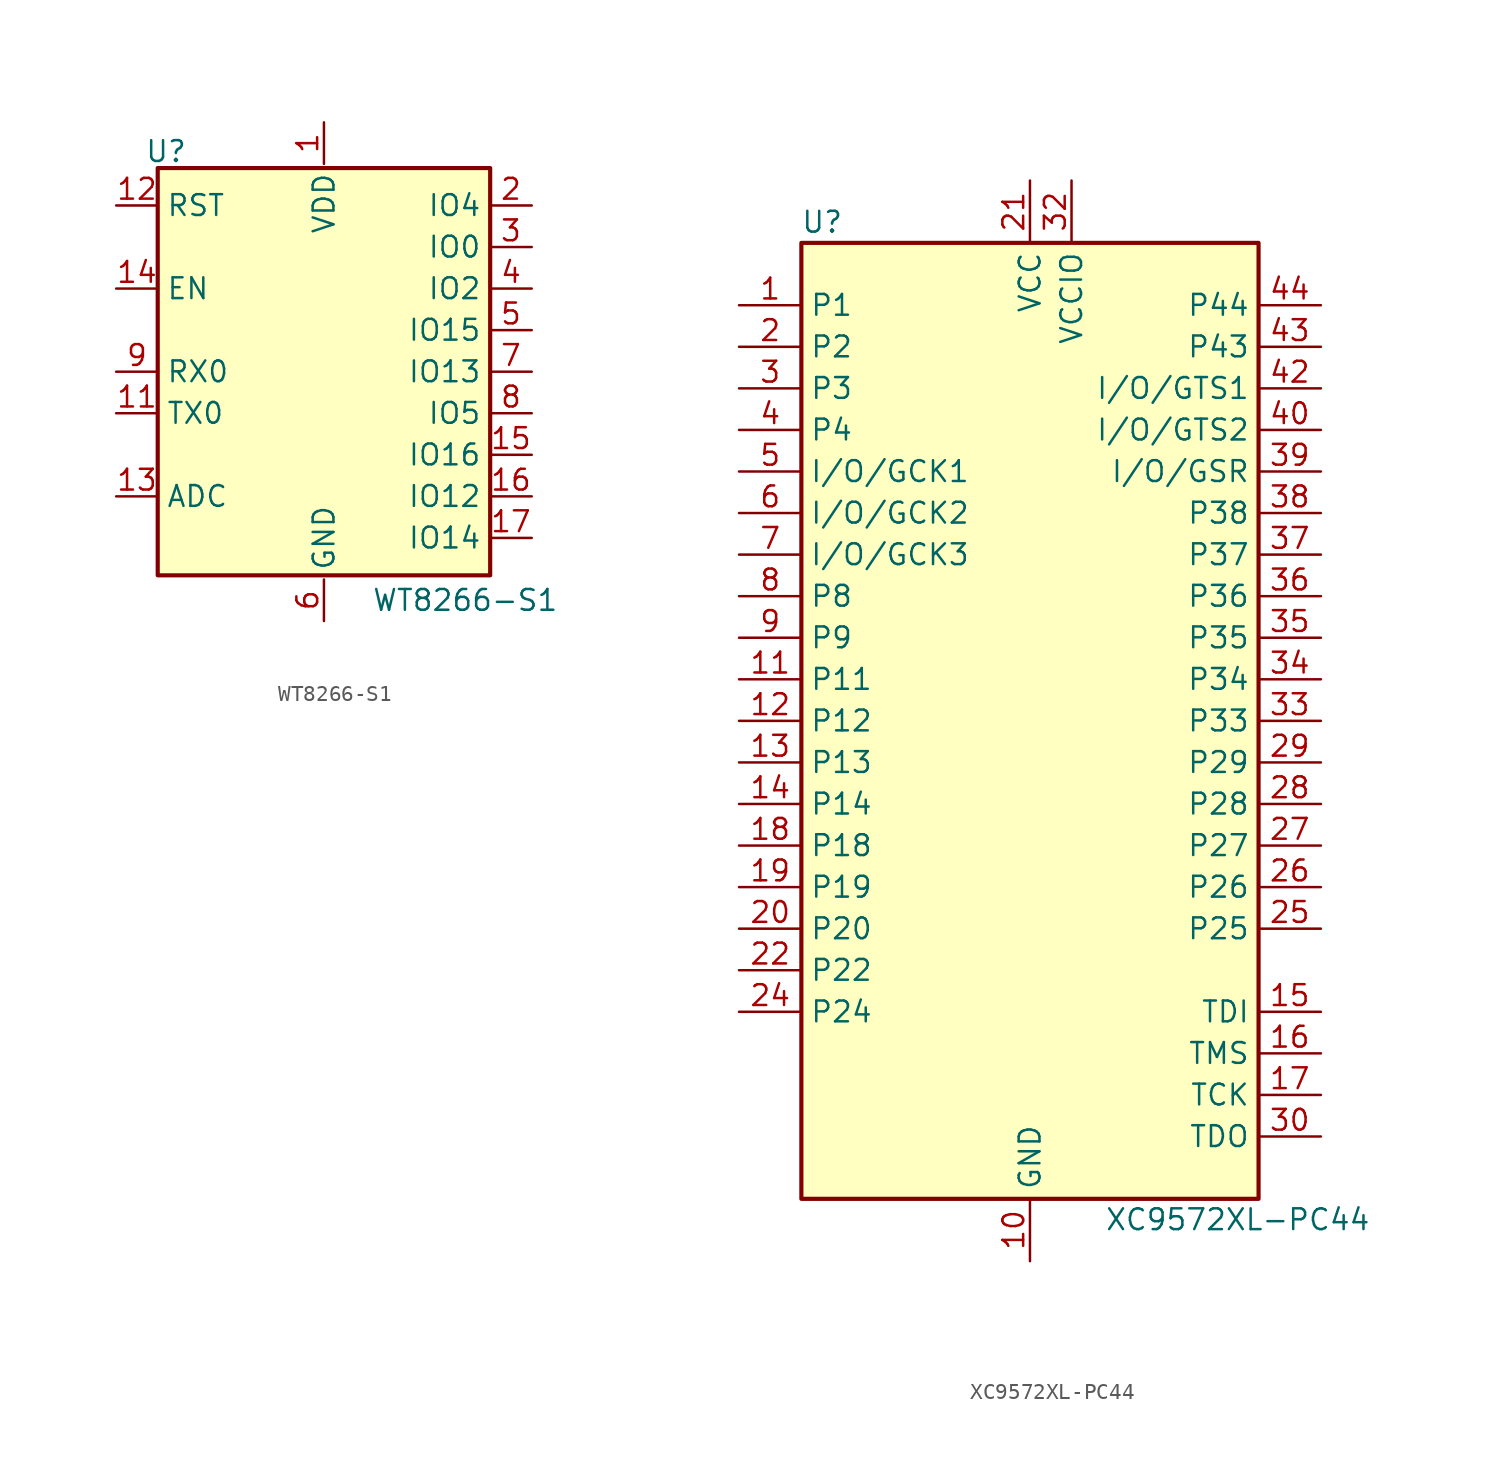
<source format=kicad_sym>
(kicad_symbol_lib
  (version 20231120)
  (generator "kicad_symbol_editor")
  (generator_version "8.0")
  (symbol "WT8266-S1"
    (property "Reference" "U"
      (at -9.652 13.462 0)
      (effects (font (size 1.27 1.27))))
    (property "Value" "WT8266-S1"
      (at 8.636 -13.97 0)
      (effects (font (size 1.27 1.27))))
    (symbol "WT8266-S1_1_1"
      (rectangle (start -10.16 12.446) (end 10.16 -12.446) (stroke (width 0.254) (type default)) (fill (type background)))
      (pin power_in line (at 0 15.24 270) (length 2.54) (name "VDD" (effects (font (size 1.27 1.27)))) (number "1" (effects (font (size 1.27 1.27)))))
      (pin passive line (at 0 -15.24 90) (length 2.54) hide (name "GND" (effects (font (size 1.27 1.27)))) (number "10" (effects (font (size 1.27 1.27)))))
      (pin output line (at -12.7 -2.54 0) (length 2.54) (name "TX0" (effects (font (size 1.27 1.27)))) (number "11" (effects (font (size 1.27 1.27)))) (alternate "IO1" bidirectional line))
      (pin input line (at -12.7 10.16 0) (length 2.54) (name "RST" (effects (font (size 1.27 1.27)))) (number "12" (effects (font (size 1.27 1.27)))))
      (pin input line (at -12.7 -7.62 0) (length 2.54) (name "ADC" (effects (font (size 1.27 1.27)))) (number "13" (effects (font (size 1.27 1.27)))))
      (pin input line (at -12.7 5.08 0) (length 2.54) (name "EN" (effects (font (size 1.27 1.27)))) (number "14" (effects (font (size 1.27 1.27)))))
      (pin bidirectional line (at 12.7 -5.08 180) (length 2.54) (name "IO16" (effects (font (size 1.27 1.27)))) (number "15" (effects (font (size 1.27 1.27)))))
      (pin bidirectional line (at 12.7 -7.62 180) (length 2.54) (name "IO12" (effects (font (size 1.27 1.27)))) (number "16" (effects (font (size 1.27 1.27)))) (alternate "HSPI_MISO" input line))
      (pin bidirectional line (at 12.7 -10.16 180) (length 2.54) (name "IO14" (effects (font (size 1.27 1.27)))) (number "17" (effects (font (size 1.27 1.27)))) (alternate "HSPI_CLK" output line))
      (pin passive line (at 0 -15.24 90) (length 2.54) hide (name "GND" (effects (font (size 1.27 1.27)))) (number "18" (effects (font (size 1.27 1.27)))))
      (pin passive line (at 0 -15.24 90) (length 2.54) hide (name "GND" (effects (font (size 1.27 1.27)))) (number "19" (effects (font (size 1.27 1.27)))))
      (pin bidirectional line (at 12.7 10.16 180) (length 2.54) (name "IO4" (effects (font (size 1.27 1.27)))) (number "2" (effects (font (size 1.27 1.27)))))
      (pin bidirectional line (at 12.7 7.62 180) (length 2.54) (name "IO0" (effects (font (size 1.27 1.27)))) (number "3" (effects (font (size 1.27 1.27)))))
      (pin bidirectional line (at 12.7 5.08 180) (length 2.54) (name "IO2" (effects (font (size 1.27 1.27)))) (number "4" (effects (font (size 1.27 1.27)))) (alternate "UART1_TXD" output line))
      (pin bidirectional line (at 12.7 2.54 180) (length 2.54) (name "IO15" (effects (font (size 1.27 1.27)))) (number "5" (effects (font (size 1.27 1.27)))) (alternate "HSPICS" bidirectional line) (alternate "MIDO" output line) (alternate "UART0_RTS" output line))
      (pin power_in line (at 0 -15.24 90) (length 2.54) (name "GND" (effects (font (size 1.27 1.27)))) (number "6" (effects (font (size 1.27 1.27)))))
      (pin bidirectional line (at 12.7 0 180) (length 2.54) (name "IO13" (effects (font (size 1.27 1.27)))) (number "7" (effects (font (size 1.27 1.27)))) (alternate "HSPI_MOSI" output line) (alternate "UART0_CTS" input line))
      (pin bidirectional line (at 12.7 -2.54 180) (length 2.54) (name "IO5" (effects (font (size 1.27 1.27)))) (number "8" (effects (font (size 1.27 1.27)))))
      (pin input line (at -12.7 0 0) (length 2.54) (name "RX0" (effects (font (size 1.27 1.27)))) (number "9" (effects (font (size 1.27 1.27)))) (alternate "IO3" bidirectional line))))
  (symbol "XC9572XL-PC44"
    (property "Reference" "U"
      (at -12.7 30.48 0)
      (effects (font (size 1.27 1.27))))
    (property "Value" "XC9572XL-PC44"
      (at 12.7 -30.48 0)
      (effects (font (size 1.27 1.27))))
    (symbol "XC9572XL-PC44_1_1"
      (rectangle (start -13.97 29.21) (end 13.97 -29.21) (stroke (width 0.254) (type default)) (fill (type background)))
      (pin bidirectional line (at -17.78 25.4 0) (length 3.81) (name "P1" (effects (font (size 1.27 1.27)))) (number "1" (effects (font (size 1.27 1.27)))))
      (pin power_in line (at 0 -33.02 90) (length 3.81) (name "GND" (effects (font (size 1.27 1.27)))) (number "10" (effects (font (size 1.27 1.27)))))
      (pin bidirectional line (at -17.78 2.54 0) (length 3.81) (name "P11" (effects (font (size 1.27 1.27)))) (number "11" (effects (font (size 1.27 1.27)))))
      (pin bidirectional line (at -17.78 0 0) (length 3.81) (name "P12" (effects (font (size 1.27 1.27)))) (number "12" (effects (font (size 1.27 1.27)))))
      (pin bidirectional line (at -17.78 -2.54 0) (length 3.81) (name "P13" (effects (font (size 1.27 1.27)))) (number "13" (effects (font (size 1.27 1.27)))))
      (pin bidirectional line (at -17.78 -5.08 0) (length 3.81) (name "P14" (effects (font (size 1.27 1.27)))) (number "14" (effects (font (size 1.27 1.27)))))
      (pin input line (at 17.78 -17.78 180) (length 3.81) (name "TDI" (effects (font (size 1.27 1.27)))) (number "15" (effects (font (size 1.27 1.27)))))
      (pin input line (at 17.78 -20.32 180) (length 3.81) (name "TMS" (effects (font (size 1.27 1.27)))) (number "16" (effects (font (size 1.27 1.27)))))
      (pin input line (at 17.78 -22.86 180) (length 3.81) (name "TCK" (effects (font (size 1.27 1.27)))) (number "17" (effects (font (size 1.27 1.27)))))
      (pin bidirectional line (at -17.78 -7.62 0) (length 3.81) (name "P18" (effects (font (size 1.27 1.27)))) (number "18" (effects (font (size 1.27 1.27)))))
      (pin bidirectional line (at -17.78 -10.16 0) (length 3.81) (name "P19" (effects (font (size 1.27 1.27)))) (number "19" (effects (font (size 1.27 1.27)))))
      (pin bidirectional line (at -17.78 22.86 0) (length 3.81) (name "P2" (effects (font (size 1.27 1.27)))) (number "2" (effects (font (size 1.27 1.27)))))
      (pin bidirectional line (at -17.78 -12.7 0) (length 3.81) (name "P20" (effects (font (size 1.27 1.27)))) (number "20" (effects (font (size 1.27 1.27)))))
      (pin power_in line (at 0 33.02 270) (length 3.81) (name "VCC" (effects (font (size 1.27 1.27)))) (number "21" (effects (font (size 1.27 1.27)))))
      (pin bidirectional line (at -17.78 -15.24 0) (length 3.81) (name "P22" (effects (font (size 1.27 1.27)))) (number "22" (effects (font (size 1.27 1.27)))))
      (pin passive line (at 0 -33.02 90) (length 3.81) hide (name "GND" (effects (font (size 1.27 1.27)))) (number "23" (effects (font (size 1.27 1.27)))))
      (pin bidirectional line (at -17.78 -17.78 0) (length 3.81) (name "P24" (effects (font (size 1.27 1.27)))) (number "24" (effects (font (size 1.27 1.27)))))
      (pin bidirectional line (at 17.78 -12.7 180) (length 3.81) (name "P25" (effects (font (size 1.27 1.27)))) (number "25" (effects (font (size 1.27 1.27)))))
      (pin bidirectional line (at 17.78 -10.16 180) (length 3.81) (name "P26" (effects (font (size 1.27 1.27)))) (number "26" (effects (font (size 1.27 1.27)))))
      (pin bidirectional line (at 17.78 -7.62 180) (length 3.81) (name "P27" (effects (font (size 1.27 1.27)))) (number "27" (effects (font (size 1.27 1.27)))))
      (pin bidirectional line (at 17.78 -5.08 180) (length 3.81) (name "P28" (effects (font (size 1.27 1.27)))) (number "28" (effects (font (size 1.27 1.27)))))
      (pin bidirectional line (at 17.78 -2.54 180) (length 3.81) (name "P29" (effects (font (size 1.27 1.27)))) (number "29" (effects (font (size 1.27 1.27)))))
      (pin bidirectional line (at -17.78 20.32 0) (length 3.81) (name "P3" (effects (font (size 1.27 1.27)))) (number "3" (effects (font (size 1.27 1.27)))))
      (pin output line (at 17.78 -25.4 180) (length 3.81) (name "TDO" (effects (font (size 1.27 1.27)))) (number "30" (effects (font (size 1.27 1.27)))))
      (pin passive line (at 0 -33.02 90) (length 3.81) hide (name "GND" (effects (font (size 1.27 1.27)))) (number "31" (effects (font (size 1.27 1.27)))))
      (pin power_in line (at 2.54 33.02 270) (length 3.81) (name "VCCIO" (effects (font (size 1.27 1.27)))) (number "32" (effects (font (size 1.27 1.27)))))
      (pin bidirectional line (at 17.78 0 180) (length 3.81) (name "P33" (effects (font (size 1.27 1.27)))) (number "33" (effects (font (size 1.27 1.27)))))
      (pin bidirectional line (at 17.78 2.54 180) (length 3.81) (name "P34" (effects (font (size 1.27 1.27)))) (number "34" (effects (font (size 1.27 1.27)))))
      (pin bidirectional line (at 17.78 5.08 180) (length 3.81) (name "P35" (effects (font (size 1.27 1.27)))) (number "35" (effects (font (size 1.27 1.27)))))
      (pin bidirectional line (at 17.78 7.62 180) (length 3.81) (name "P36" (effects (font (size 1.27 1.27)))) (number "36" (effects (font (size 1.27 1.27)))))
      (pin bidirectional line (at 17.78 10.16 180) (length 3.81) (name "P37" (effects (font (size 1.27 1.27)))) (number "37" (effects (font (size 1.27 1.27)))))
      (pin bidirectional line (at 17.78 12.7 180) (length 3.81) (name "P38" (effects (font (size 1.27 1.27)))) (number "38" (effects (font (size 1.27 1.27)))))
      (pin bidirectional line (at 17.78 15.24 180) (length 3.81) (name "I/O/GSR" (effects (font (size 1.27 1.27)))) (number "39" (effects (font (size 1.27 1.27)))))
      (pin bidirectional line (at -17.78 17.78 0) (length 3.81) (name "P4" (effects (font (size 1.27 1.27)))) (number "4" (effects (font (size 1.27 1.27)))))
      (pin bidirectional line (at 17.78 17.78 180) (length 3.81) (name "I/O/GTS2" (effects (font (size 1.27 1.27)))) (number "40" (effects (font (size 1.27 1.27)))))
      (pin passive line (at 0 33.02 270) (length 3.81) hide (name "VCC" (effects (font (size 1.27 1.27)))) (number "41" (effects (font (size 1.27 1.27)))))
      (pin bidirectional line (at 17.78 20.32 180) (length 3.81) (name "I/O/GTS1" (effects (font (size 1.27 1.27)))) (number "42" (effects (font (size 1.27 1.27)))))
      (pin bidirectional line (at 17.78 22.86 180) (length 3.81) (name "P43" (effects (font (size 1.27 1.27)))) (number "43" (effects (font (size 1.27 1.27)))))
      (pin bidirectional line (at 17.78 25.4 180) (length 3.81) (name "P44" (effects (font (size 1.27 1.27)))) (number "44" (effects (font (size 1.27 1.27)))))
      (pin bidirectional line (at -17.78 15.24 0) (length 3.81) (name "I/O/GCK1" (effects (font (size 1.27 1.27)))) (number "5" (effects (font (size 1.27 1.27)))))
      (pin bidirectional line (at -17.78 12.7 0) (length 3.81) (name "I/O/GCK2" (effects (font (size 1.27 1.27)))) (number "6" (effects (font (size 1.27 1.27)))))
      (pin bidirectional line (at -17.78 10.16 0) (length 3.81) (name "I/O/GCK3" (effects (font (size 1.27 1.27)))) (number "7" (effects (font (size 1.27 1.27)))))
      (pin bidirectional line (at -17.78 7.62 0) (length 3.81) (name "P8" (effects (font (size 1.27 1.27)))) (number "8" (effects (font (size 1.27 1.27)))))
      (pin bidirectional line (at -17.78 5.08 0) (length 3.81) (name "P9" (effects (font (size 1.27 1.27)))) (number "9" (effects (font (size 1.27 1.27))))))))
</source>
